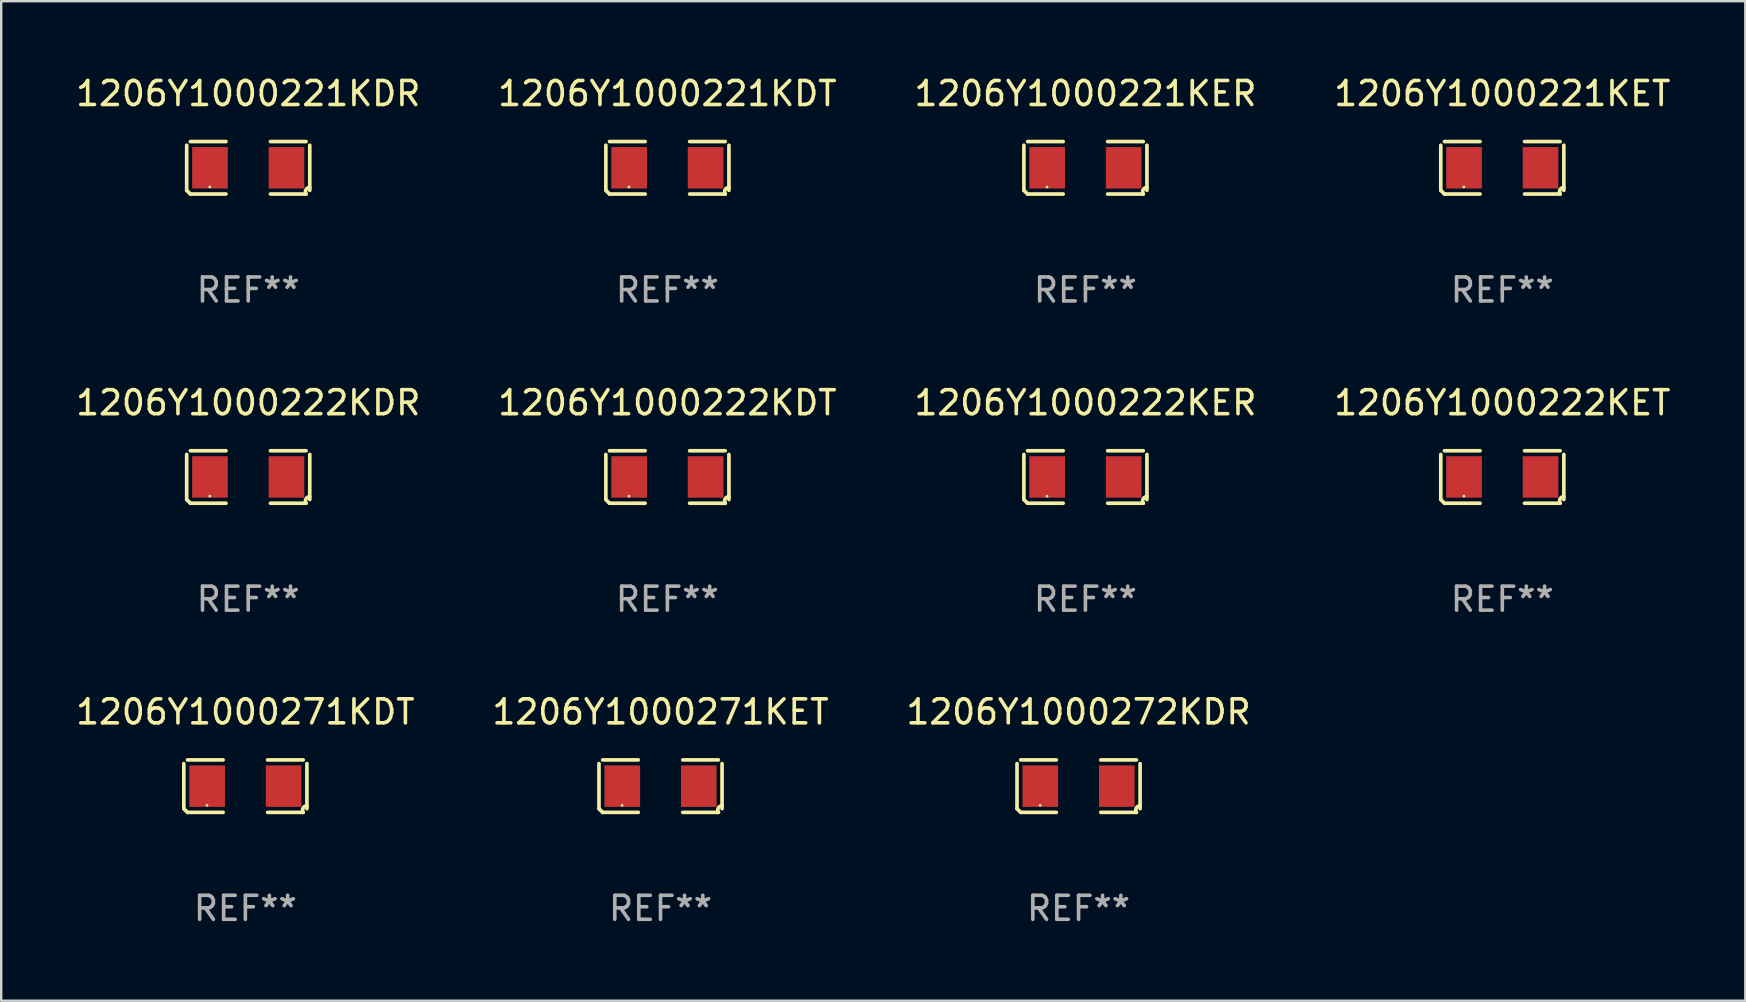
<source format=kicad_pcb>
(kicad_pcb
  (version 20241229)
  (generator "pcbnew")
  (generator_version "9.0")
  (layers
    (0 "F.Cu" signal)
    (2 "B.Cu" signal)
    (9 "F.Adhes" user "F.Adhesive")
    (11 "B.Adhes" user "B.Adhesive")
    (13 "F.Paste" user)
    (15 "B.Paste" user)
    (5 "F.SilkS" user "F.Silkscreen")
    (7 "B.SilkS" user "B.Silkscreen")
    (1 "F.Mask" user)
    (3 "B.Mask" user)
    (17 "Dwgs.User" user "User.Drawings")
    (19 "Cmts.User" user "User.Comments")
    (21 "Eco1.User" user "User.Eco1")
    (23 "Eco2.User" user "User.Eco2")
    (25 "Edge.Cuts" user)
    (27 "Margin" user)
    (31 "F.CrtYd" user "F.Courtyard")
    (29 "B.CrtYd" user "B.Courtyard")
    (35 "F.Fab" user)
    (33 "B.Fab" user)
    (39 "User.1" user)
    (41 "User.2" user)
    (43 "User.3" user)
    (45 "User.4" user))
  (footprint "1206Y1000221KDT"
    (layer "F.Cu")
    (at 24.756 3.941)
    (property "Reference" "1206Y1000221KDT" (at 0 -3.093 0) (layer "F.SilkS") (effects (font (size 1 1) (thickness 0.15))))
    (attr through_hole)
    (fp_line (start -2.564 0.94) (end -2.564 -0.94) (stroke (width 0.152) (type solid)) (layer "F.SilkS"))
    (fp_line (start -2.411 -1.093) (end -0.926 -1.093) (stroke (width 0.152) (type solid)) (layer "F.SilkS"))
    (fp_line (start -0.926 1.093) (end -2.411 1.093) (stroke (width 0.152) (type solid)) (layer "F.SilkS"))
    (fp_line (start 0.926 1.093) (end 2.411 1.093) (stroke (width 0.152) (type solid)) (layer "F.SilkS"))
    (fp_line (start 2.411 -1.093) (end 0.926 -1.093) (stroke (width 0.152) (type solid)) (layer "F.SilkS"))
    (fp_line (start 2.564 0.94) (end 2.564 -0.94) (stroke (width 0.152) (type solid)) (layer "F.SilkS"))
    (fp_arc (start -2.411201 1.092609) (mid -2.487413 1.01642) (end -2.563602 0.940208) (stroke (width 0.1524) (type solid)) (layer "F.SilkS"))
    (fp_arc (start 2.411201 1.092609) (mid 2.407159 0.911226) (end 2.563602 0.819347) (stroke (width 0.1524) (type solid)) (layer "F.SilkS"))
    (fp_circle (center -1.6 0.8) (end -1.57 0.8) (stroke (width 0.06) (type solid)) (fill no) (layer "F.SilkS"))
    (fp_text user "REF**" (at 0 5.093 0) (layer "F.Fab") (effects (font (size 1 1) (thickness 0.15))))
    (pad "1" smd rect (at -1.593 0) (size 1.485 1.728) (layers "F.Cu" "F.Mask" "F.Paste"))
    (pad "2" smd rect (at 1.593 0) (size 1.485 1.728) (layers "F.Cu" "F.Mask" "F.Paste")))
  (footprint "1206Y1000222KET"
    (layer "F.Cu")
    (at 59.542 16.823)
    (property "Reference" "1206Y1000222KET" (at 0 -3.093 0) (layer "F.SilkS") (effects (font (size 1 1) (thickness 0.15))))
    (attr through_hole)
    (fp_line (start -2.564 0.94) (end -2.564 -0.94) (stroke (width 0.152) (type solid)) (layer "F.SilkS"))
    (fp_line (start -2.411 -1.093) (end -0.926 -1.093) (stroke (width 0.152) (type solid)) (layer "F.SilkS"))
    (fp_line (start -0.926 1.093) (end -2.411 1.093) (stroke (width 0.152) (type solid)) (layer "F.SilkS"))
    (fp_line (start 0.926 1.093) (end 2.411 1.093) (stroke (width 0.152) (type solid)) (layer "F.SilkS"))
    (fp_line (start 2.411 -1.093) (end 0.926 -1.093) (stroke (width 0.152) (type solid)) (layer "F.SilkS"))
    (fp_line (start 2.564 0.94) (end 2.564 -0.94) (stroke (width 0.152) (type solid)) (layer "F.SilkS"))
    (fp_arc (start -2.411201 1.092609) (mid -2.487413 1.01642) (end -2.563602 0.940208) (stroke (width 0.1524) (type solid)) (layer "F.SilkS"))
    (fp_arc (start 2.411201 1.092609) (mid 2.407159 0.911226) (end 2.563602 0.819347) (stroke (width 0.1524) (type solid)) (layer "F.SilkS"))
    (fp_circle (center -1.6 0.8) (end -1.57 0.8) (stroke (width 0.06) (type solid)) (fill no) (layer "F.SilkS"))
    (fp_text user "REF**" (at 0 5.093 0) (layer "F.Fab") (effects (font (size 1 1) (thickness 0.15))))
    (pad "1" smd rect (at -1.593 0) (size 1.485 1.728) (layers "F.Cu" "F.Mask" "F.Paste"))
    (pad "2" smd rect (at 1.593 0) (size 1.485 1.728) (layers "F.Cu" "F.Mask" "F.Paste")))
  (footprint "1206Y1000221KET"
    (layer "F.Cu")
    (at 59.542 3.941)
    (property "Reference" "1206Y1000221KET" (at 0 -3.093 0) (layer "F.SilkS") (effects (font (size 1 1) (thickness 0.15))))
    (attr through_hole)
    (fp_line (start -2.564 0.94) (end -2.564 -0.94) (stroke (width 0.152) (type solid)) (layer "F.SilkS"))
    (fp_line (start -2.411 -1.093) (end -0.926 -1.093) (stroke (width 0.152) (type solid)) (layer "F.SilkS"))
    (fp_line (start -0.926 1.093) (end -2.411 1.093) (stroke (width 0.152) (type solid)) (layer "F.SilkS"))
    (fp_line (start 0.926 1.093) (end 2.411 1.093) (stroke (width 0.152) (type solid)) (layer "F.SilkS"))
    (fp_line (start 2.411 -1.093) (end 0.926 -1.093) (stroke (width 0.152) (type solid)) (layer "F.SilkS"))
    (fp_line (start 2.564 0.94) (end 2.564 -0.94) (stroke (width 0.152) (type solid)) (layer "F.SilkS"))
    (fp_arc (start -2.411201 1.092609) (mid -2.487413 1.01642) (end -2.563602 0.940208) (stroke (width 0.1524) (type solid)) (layer "F.SilkS"))
    (fp_arc (start 2.411201 1.092609) (mid 2.407159 0.911226) (end 2.563602 0.819347) (stroke (width 0.1524) (type solid)) (layer "F.SilkS"))
    (fp_circle (center -1.6 0.8) (end -1.57 0.8) (stroke (width 0.06) (type solid)) (fill no) (layer "F.SilkS"))
    (fp_text user "REF**" (at 0 5.093 0) (layer "F.Fab") (effects (font (size 1 1) (thickness 0.15))))
    (pad "1" smd rect (at -1.593 0) (size 1.485 1.728) (layers "F.Cu" "F.Mask" "F.Paste"))
    (pad "2" smd rect (at 1.593 0) (size 1.485 1.728) (layers "F.Cu" "F.Mask" "F.Paste")))
  (footprint "1206Y1000221KER"
    (layer "F.Cu")
    (at 42.173 3.941)
    (property "Reference" "1206Y1000221KER" (at 0 -3.093 0) (layer "F.SilkS") (effects (font (size 1 1) (thickness 0.15))))
    (attr through_hole)
    (fp_line (start -2.564 0.94) (end -2.564 -0.94) (stroke (width 0.152) (type solid)) (layer "F.SilkS"))
    (fp_line (start -2.411 -1.093) (end -0.926 -1.093) (stroke (width 0.152) (type solid)) (layer "F.SilkS"))
    (fp_line (start -0.926 1.093) (end -2.411 1.093) (stroke (width 0.152) (type solid)) (layer "F.SilkS"))
    (fp_line (start 0.926 1.093) (end 2.411 1.093) (stroke (width 0.152) (type solid)) (layer "F.SilkS"))
    (fp_line (start 2.411 -1.093) (end 0.926 -1.093) (stroke (width 0.152) (type solid)) (layer "F.SilkS"))
    (fp_line (start 2.564 0.94) (end 2.564 -0.94) (stroke (width 0.152) (type solid)) (layer "F.SilkS"))
    (fp_arc (start -2.411201 1.092609) (mid -2.487413 1.01642) (end -2.563602 0.940208) (stroke (width 0.1524) (type solid)) (layer "F.SilkS"))
    (fp_arc (start 2.411201 1.092609) (mid 2.407159 0.911226) (end 2.563602 0.819347) (stroke (width 0.1524) (type solid)) (layer "F.SilkS"))
    (fp_circle (center -1.6 0.8) (end -1.57 0.8) (stroke (width 0.06) (type solid)) (fill no) (layer "F.SilkS"))
    (fp_text user "REF**" (at 0 5.093 0) (layer "F.Fab") (effects (font (size 1 1) (thickness 0.15))))
    (pad "1" smd rect (at -1.593 0) (size 1.485 1.728) (layers "F.Cu" "F.Mask" "F.Paste"))
    (pad "2" smd rect (at 1.593 0) (size 1.485 1.728) (layers "F.Cu" "F.Mask" "F.Paste")))
  (footprint "1206Y1000271KDT"
    (layer "F.Cu")
    (at 7.173 29.704)
    (property "Reference" "1206Y1000271KDT" (at 0 -3.093 0) (layer "F.SilkS") (effects (font (size 1 1) (thickness 0.15))))
    (attr through_hole)
    (fp_line (start -2.564 0.94) (end -2.564 -0.94) (stroke (width 0.152) (type solid)) (layer "F.SilkS"))
    (fp_line (start -2.411 -1.093) (end -0.926 -1.093) (stroke (width 0.152) (type solid)) (layer "F.SilkS"))
    (fp_line (start -0.926 1.093) (end -2.411 1.093) (stroke (width 0.152) (type solid)) (layer "F.SilkS"))
    (fp_line (start 0.926 1.093) (end 2.411 1.093) (stroke (width 0.152) (type solid)) (layer "F.SilkS"))
    (fp_line (start 2.411 -1.093) (end 0.926 -1.093) (stroke (width 0.152) (type solid)) (layer "F.SilkS"))
    (fp_line (start 2.564 0.94) (end 2.564 -0.94) (stroke (width 0.152) (type solid)) (layer "F.SilkS"))
    (fp_arc (start -2.411201 1.092609) (mid -2.487413 1.01642) (end -2.563602 0.940208) (stroke (width 0.1524) (type solid)) (layer "F.SilkS"))
    (fp_arc (start 2.411201 1.092609) (mid 2.407159 0.911226) (end 2.563602 0.819347) (stroke (width 0.1524) (type solid)) (layer "F.SilkS"))
    (fp_circle (center -1.6 0.8) (end -1.57 0.8) (stroke (width 0.06) (type solid)) (fill no) (layer "F.SilkS"))
    (fp_text user "REF**" (at 0 5.093 0) (layer "F.Fab") (effects (font (size 1 1) (thickness 0.15))))
    (pad "1" smd rect (at -1.593 0) (size 1.485 1.728) (layers "F.Cu" "F.Mask" "F.Paste"))
    (pad "2" smd rect (at 1.593 0) (size 1.485 1.728) (layers "F.Cu" "F.Mask" "F.Paste")))
  (footprint "1206Y1000221KDR"
    (layer "F.Cu")
    (at 7.292 3.941)
    (property "Reference" "1206Y1000221KDR" (at 0 -3.093 0) (layer "F.SilkS") (effects (font (size 1 1) (thickness 0.15))))
    (attr through_hole)
    (fp_line (start -2.564 0.94) (end -2.564 -0.94) (stroke (width 0.152) (type solid)) (layer "F.SilkS"))
    (fp_line (start -2.411 -1.093) (end -0.926 -1.093) (stroke (width 0.152) (type solid)) (layer "F.SilkS"))
    (fp_line (start -0.926 1.093) (end -2.411 1.093) (stroke (width 0.152) (type solid)) (layer "F.SilkS"))
    (fp_line (start 0.926 1.093) (end 2.411 1.093) (stroke (width 0.152) (type solid)) (layer "F.SilkS"))
    (fp_line (start 2.411 -1.093) (end 0.926 -1.093) (stroke (width 0.152) (type solid)) (layer "F.SilkS"))
    (fp_line (start 2.564 0.94) (end 2.564 -0.94) (stroke (width 0.152) (type solid)) (layer "F.SilkS"))
    (fp_arc (start -2.411201 1.092609) (mid -2.487413 1.01642) (end -2.563602 0.940208) (stroke (width 0.1524) (type solid)) (layer "F.SilkS"))
    (fp_arc (start 2.411201 1.092609) (mid 2.407159 0.911226) (end 2.563602 0.819347) (stroke (width 0.1524) (type solid)) (layer "F.SilkS"))
    (fp_circle (center -1.6 0.8) (end -1.57 0.8) (stroke (width 0.06) (type solid)) (fill no) (layer "F.SilkS"))
    (fp_text user "REF**" (at 0 5.093 0) (layer "F.Fab") (effects (font (size 1 1) (thickness 0.15))))
    (pad "1" smd rect (at -1.593 0) (size 1.485 1.728) (layers "F.Cu" "F.Mask" "F.Paste"))
    (pad "2" smd rect (at 1.593 0) (size 1.485 1.728) (layers "F.Cu" "F.Mask" "F.Paste")))
  (footprint "1206Y1000222KDR"
    (layer "F.Cu")
    (at 7.292 16.823)
    (property "Reference" "1206Y1000222KDR" (at 0 -3.093 0) (layer "F.SilkS") (effects (font (size 1 1) (thickness 0.15))))
    (attr through_hole)
    (fp_line (start -2.564 0.94) (end -2.564 -0.94) (stroke (width 0.152) (type solid)) (layer "F.SilkS"))
    (fp_line (start -2.411 -1.093) (end -0.926 -1.093) (stroke (width 0.152) (type solid)) (layer "F.SilkS"))
    (fp_line (start -0.926 1.093) (end -2.411 1.093) (stroke (width 0.152) (type solid)) (layer "F.SilkS"))
    (fp_line (start 0.926 1.093) (end 2.411 1.093) (stroke (width 0.152) (type solid)) (layer "F.SilkS"))
    (fp_line (start 2.411 -1.093) (end 0.926 -1.093) (stroke (width 0.152) (type solid)) (layer "F.SilkS"))
    (fp_line (start 2.564 0.94) (end 2.564 -0.94) (stroke (width 0.152) (type solid)) (layer "F.SilkS"))
    (fp_arc (start -2.411201 1.092609) (mid -2.487413 1.01642) (end -2.563602 0.940208) (stroke (width 0.1524) (type solid)) (layer "F.SilkS"))
    (fp_arc (start 2.411201 1.092609) (mid 2.407159 0.911226) (end 2.563602 0.819347) (stroke (width 0.1524) (type solid)) (layer "F.SilkS"))
    (fp_circle (center -1.6 0.8) (end -1.57 0.8) (stroke (width 0.06) (type solid)) (fill no) (layer "F.SilkS"))
    (fp_text user "REF**" (at 0 5.093 0) (layer "F.Fab") (effects (font (size 1 1) (thickness 0.15))))
    (pad "1" smd rect (at -1.593 0) (size 1.485 1.728) (layers "F.Cu" "F.Mask" "F.Paste"))
    (pad "2" smd rect (at 1.593 0) (size 1.485 1.728) (layers "F.Cu" "F.Mask" "F.Paste")))
  (footprint "1206Y1000222KDT"
    (layer "F.Cu")
    (at 24.756 16.823)
    (property "Reference" "1206Y1000222KDT" (at 0 -3.093 0) (layer "F.SilkS") (effects (font (size 1 1) (thickness 0.15))))
    (attr through_hole)
    (fp_line (start -2.564 0.94) (end -2.564 -0.94) (stroke (width 0.152) (type solid)) (layer "F.SilkS"))
    (fp_line (start -2.411 -1.093) (end -0.926 -1.093) (stroke (width 0.152) (type solid)) (layer "F.SilkS"))
    (fp_line (start -0.926 1.093) (end -2.411 1.093) (stroke (width 0.152) (type solid)) (layer "F.SilkS"))
    (fp_line (start 0.926 1.093) (end 2.411 1.093) (stroke (width 0.152) (type solid)) (layer "F.SilkS"))
    (fp_line (start 2.411 -1.093) (end 0.926 -1.093) (stroke (width 0.152) (type solid)) (layer "F.SilkS"))
    (fp_line (start 2.564 0.94) (end 2.564 -0.94) (stroke (width 0.152) (type solid)) (layer "F.SilkS"))
    (fp_arc (start -2.411201 1.092609) (mid -2.487413 1.01642) (end -2.563602 0.940208) (stroke (width 0.1524) (type solid)) (layer "F.SilkS"))
    (fp_arc (start 2.411201 1.092609) (mid 2.407159 0.911226) (end 2.563602 0.819347) (stroke (width 0.1524) (type solid)) (layer "F.SilkS"))
    (fp_circle (center -1.6 0.8) (end -1.57 0.8) (stroke (width 0.06) (type solid)) (fill no) (layer "F.SilkS"))
    (fp_text user "REF**" (at 0 5.093 0) (layer "F.Fab") (effects (font (size 1 1) (thickness 0.15))))
    (pad "1" smd rect (at -1.593 0) (size 1.485 1.728) (layers "F.Cu" "F.Mask" "F.Paste"))
    (pad "2" smd rect (at 1.593 0) (size 1.485 1.728) (layers "F.Cu" "F.Mask" "F.Paste")))
  (footprint "1206Y1000271KET"
    (layer "F.Cu")
    (at 24.47 29.704)
    (property "Reference" "1206Y1000271KET" (at 0 -3.093 0) (layer "F.SilkS") (effects (font (size 1 1) (thickness 0.15))))
    (attr through_hole)
    (fp_line (start -2.564 0.94) (end -2.564 -0.94) (stroke (width 0.152) (type solid)) (layer "F.SilkS"))
    (fp_line (start -2.411 -1.093) (end -0.926 -1.093) (stroke (width 0.152) (type solid)) (layer "F.SilkS"))
    (fp_line (start -0.926 1.093) (end -2.411 1.093) (stroke (width 0.152) (type solid)) (layer "F.SilkS"))
    (fp_line (start 0.926 1.093) (end 2.411 1.093) (stroke (width 0.152) (type solid)) (layer "F.SilkS"))
    (fp_line (start 2.411 -1.093) (end 0.926 -1.093) (stroke (width 0.152) (type solid)) (layer "F.SilkS"))
    (fp_line (start 2.564 0.94) (end 2.564 -0.94) (stroke (width 0.152) (type solid)) (layer "F.SilkS"))
    (fp_arc (start -2.411201 1.092609) (mid -2.487413 1.01642) (end -2.563602 0.940208) (stroke (width 0.1524) (type solid)) (layer "F.SilkS"))
    (fp_arc (start 2.411201 1.092609) (mid 2.407159 0.911226) (end 2.563602 0.819347) (stroke (width 0.1524) (type solid)) (layer "F.SilkS"))
    (fp_circle (center -1.6 0.8) (end -1.57 0.8) (stroke (width 0.06) (type solid)) (fill no) (layer "F.SilkS"))
    (fp_text user "REF**" (at 0 5.093 0) (layer "F.Fab") (effects (font (size 1 1) (thickness 0.15))))
    (pad "1" smd rect (at -1.593 0) (size 1.485 1.728) (layers "F.Cu" "F.Mask" "F.Paste"))
    (pad "2" smd rect (at 1.593 0) (size 1.485 1.728) (layers "F.Cu" "F.Mask" "F.Paste")))
  (footprint "1206Y1000222KER"
    (layer "F.Cu")
    (at 42.173 16.823)
    (property "Reference" "1206Y1000222KER" (at 0 -3.093 0) (layer "F.SilkS") (effects (font (size 1 1) (thickness 0.15))))
    (attr through_hole)
    (fp_line (start -2.564 0.94) (end -2.564 -0.94) (stroke (width 0.152) (type solid)) (layer "F.SilkS"))
    (fp_line (start -2.411 -1.093) (end -0.926 -1.093) (stroke (width 0.152) (type solid)) (layer "F.SilkS"))
    (fp_line (start -0.926 1.093) (end -2.411 1.093) (stroke (width 0.152) (type solid)) (layer "F.SilkS"))
    (fp_line (start 0.926 1.093) (end 2.411 1.093) (stroke (width 0.152) (type solid)) (layer "F.SilkS"))
    (fp_line (start 2.411 -1.093) (end 0.926 -1.093) (stroke (width 0.152) (type solid)) (layer "F.SilkS"))
    (fp_line (start 2.564 0.94) (end 2.564 -0.94) (stroke (width 0.152) (type solid)) (layer "F.SilkS"))
    (fp_arc (start -2.411201 1.092609) (mid -2.487413 1.01642) (end -2.563602 0.940208) (stroke (width 0.1524) (type solid)) (layer "F.SilkS"))
    (fp_arc (start 2.411201 1.092609) (mid 2.407159 0.911226) (end 2.563602 0.819347) (stroke (width 0.1524) (type solid)) (layer "F.SilkS"))
    (fp_circle (center -1.6 0.8) (end -1.57 0.8) (stroke (width 0.06) (type solid)) (fill no) (layer "F.SilkS"))
    (fp_text user "REF**" (at 0 5.093 0) (layer "F.Fab") (effects (font (size 1 1) (thickness 0.15))))
    (pad "1" smd rect (at -1.593 0) (size 1.485 1.728) (layers "F.Cu" "F.Mask" "F.Paste"))
    (pad "2" smd rect (at 1.593 0) (size 1.485 1.728) (layers "F.Cu" "F.Mask" "F.Paste")))
  (footprint "1206Y1000272KDR"
    (layer "F.Cu")
    (at 41.887 29.704)
    (property "Reference" "1206Y1000272KDR" (at 0 -3.093 0) (layer "F.SilkS") (effects (font (size 1 1) (thickness 0.15))))
    (attr through_hole)
    (fp_line (start -2.564 0.94) (end -2.564 -0.94) (stroke (width 0.152) (type solid)) (layer "F.SilkS"))
    (fp_line (start -2.411 -1.093) (end -0.926 -1.093) (stroke (width 0.152) (type solid)) (layer "F.SilkS"))
    (fp_line (start -0.926 1.093) (end -2.411 1.093) (stroke (width 0.152) (type solid)) (layer "F.SilkS"))
    (fp_line (start 0.926 1.093) (end 2.411 1.093) (stroke (width 0.152) (type solid)) (layer "F.SilkS"))
    (fp_line (start 2.411 -1.093) (end 0.926 -1.093) (stroke (width 0.152) (type solid)) (layer "F.SilkS"))
    (fp_line (start 2.564 0.94) (end 2.564 -0.94) (stroke (width 0.152) (type solid)) (layer "F.SilkS"))
    (fp_arc (start -2.411201 1.092609) (mid -2.487413 1.01642) (end -2.563602 0.940208) (stroke (width 0.1524) (type solid)) (layer "F.SilkS"))
    (fp_arc (start 2.411201 1.092609) (mid 2.407159 0.911226) (end 2.563602 0.819347) (stroke (width 0.1524) (type solid)) (layer "F.SilkS"))
    (fp_circle (center -1.6 0.8) (end -1.57 0.8) (stroke (width 0.06) (type solid)) (fill no) (layer "F.SilkS"))
    (fp_text user "REF**" (at 0 5.093 0) (layer "F.Fab") (effects (font (size 1 1) (thickness 0.15))))
    (pad "1" smd rect (at -1.593 0) (size 1.485 1.728) (layers "F.Cu" "F.Mask" "F.Paste"))
    (pad "2" smd rect (at 1.593 0) (size 1.485 1.728) (layers "F.Cu" "F.Mask" "F.Paste")))
  (gr_rect
    (start -3 -3)
    (end 69.667 38.645)
    (stroke (width 0.1) (type default))
    (fill no)
    (layer "Edge.Cuts")))
</source>
